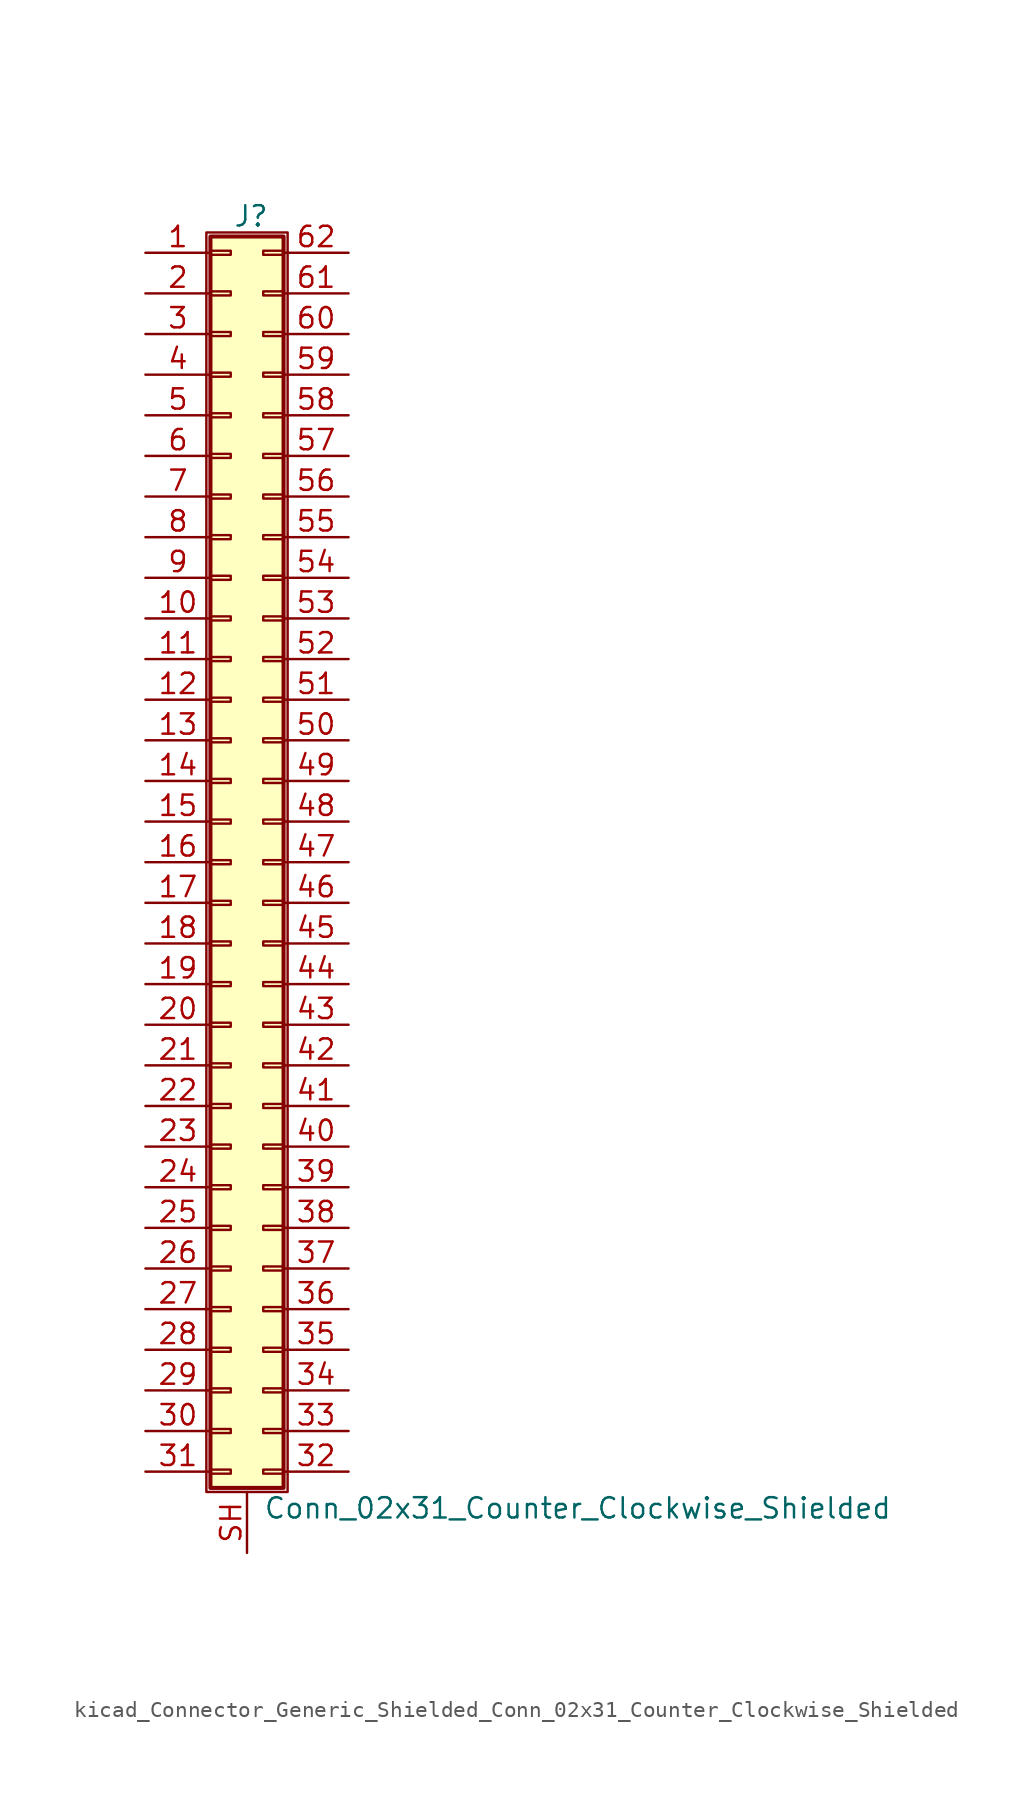
<source format=kicad_sym>
(kicad_symbol_lib
  (version 20220914)
  (generator kicad_symbol_editor)
  (symbol "kicad_Connector_Generic_Shielded_Conn_02x31_Counter_Clockwise_Shielded"
    (pin_names
      (offset 1.016) hide)
    (property "Reference" "J"
      (at 1.524 40.386 0)
      (effects (font (size 1.27 1.27))))
    (property "Value" "Conn_02x31_Counter_Clockwise_Shielded"
      (at 2.286 -40.386 0)
      (effects (font (size 1.27 1.27)) (justify left)))
    (symbol "kicad_Connector_Generic_Shielded_Conn_02x31_Counter_Clockwise_Shielded_1_1"
      (rectangle (start -1.27 39.37) (end 3.81 -39.37) (stroke (width 0.152) (type default)) (fill (type none)))
      (rectangle (start -1.016 -37.973) (end 0.254 -38.227) (stroke (width 0.152) (type default)) (fill (type none)))
      (rectangle (start -1.016 -35.433) (end 0.254 -35.687) (stroke (width 0.152) (type default)) (fill (type none)))
      (rectangle (start -1.016 -32.893) (end 0.254 -33.147) (stroke (width 0.152) (type default)) (fill (type none)))
      (rectangle (start -1.016 -30.353) (end 0.254 -30.607) (stroke (width 0.152) (type default)) (fill (type none)))
      (rectangle (start -1.016 -27.813) (end 0.254 -28.067) (stroke (width 0.152) (type default)) (fill (type none)))
      (rectangle (start -1.016 -25.273) (end 0.254 -25.527) (stroke (width 0.152) (type default)) (fill (type none)))
      (rectangle (start -1.016 -22.733) (end 0.254 -22.987) (stroke (width 0.152) (type default)) (fill (type none)))
      (rectangle (start -1.016 -20.193) (end 0.254 -20.447) (stroke (width 0.152) (type default)) (fill (type none)))
      (rectangle (start -1.016 -17.653) (end 0.254 -17.907) (stroke (width 0.152) (type default)) (fill (type none)))
      (rectangle (start -1.016 -15.113) (end 0.254 -15.367) (stroke (width 0.152) (type default)) (fill (type none)))
      (rectangle (start -1.016 -12.573) (end 0.254 -12.827) (stroke (width 0.152) (type default)) (fill (type none)))
      (rectangle (start -1.016 -10.033) (end 0.254 -10.287) (stroke (width 0.152) (type default)) (fill (type none)))
      (rectangle (start -1.016 -7.493) (end 0.254 -7.747) (stroke (width 0.152) (type default)) (fill (type none)))
      (rectangle (start -1.016 -4.953) (end 0.254 -5.207) (stroke (width 0.152) (type default)) (fill (type none)))
      (rectangle (start -1.016 -2.413) (end 0.254 -2.667) (stroke (width 0.152) (type default)) (fill (type none)))
      (rectangle (start -1.016 0.127) (end 0.254 -0.127) (stroke (width 0.152) (type default)) (fill (type none)))
      (rectangle (start -1.016 2.667) (end 0.254 2.413) (stroke (width 0.152) (type default)) (fill (type none)))
      (rectangle (start -1.016 5.207) (end 0.254 4.953) (stroke (width 0.152) (type default)) (fill (type none)))
      (rectangle (start -1.016 7.747) (end 0.254 7.493) (stroke (width 0.152) (type default)) (fill (type none)))
      (rectangle (start -1.016 10.287) (end 0.254 10.033) (stroke (width 0.152) (type default)) (fill (type none)))
      (rectangle (start -1.016 12.827) (end 0.254 12.573) (stroke (width 0.152) (type default)) (fill (type none)))
      (rectangle (start -1.016 15.367) (end 0.254 15.113) (stroke (width 0.152) (type default)) (fill (type none)))
      (rectangle (start -1.016 17.907) (end 0.254 17.653) (stroke (width 0.152) (type default)) (fill (type none)))
      (rectangle (start -1.016 20.447) (end 0.254 20.193) (stroke (width 0.152) (type default)) (fill (type none)))
      (rectangle (start -1.016 22.987) (end 0.254 22.733) (stroke (width 0.152) (type default)) (fill (type none)))
      (rectangle (start -1.016 25.527) (end 0.254 25.273) (stroke (width 0.152) (type default)) (fill (type none)))
      (rectangle (start -1.016 28.067) (end 0.254 27.813) (stroke (width 0.152) (type default)) (fill (type none)))
      (rectangle (start -1.016 30.607) (end 0.254 30.353) (stroke (width 0.152) (type default)) (fill (type none)))
      (rectangle (start -1.016 33.147) (end 0.254 32.893) (stroke (width 0.152) (type default)) (fill (type none)))
      (rectangle (start -1.016 35.687) (end 0.254 35.433) (stroke (width 0.152) (type default)) (fill (type none)))
      (rectangle (start -1.016 38.227) (end 0.254 37.973) (stroke (width 0.152) (type default)) (fill (type none)))
      (rectangle (start -1.016 39.116) (end 3.556 -39.116) (stroke (width 0.254) (type default)) (fill (type background)))
      (rectangle (start 3.556 -37.973) (end 2.286 -38.227) (stroke (width 0.152) (type default)) (fill (type none)))
      (rectangle (start 3.556 -35.433) (end 2.286 -35.687) (stroke (width 0.152) (type default)) (fill (type none)))
      (rectangle (start 3.556 -32.893) (end 2.286 -33.147) (stroke (width 0.152) (type default)) (fill (type none)))
      (rectangle (start 3.556 -30.353) (end 2.286 -30.607) (stroke (width 0.152) (type default)) (fill (type none)))
      (rectangle (start 3.556 -27.813) (end 2.286 -28.067) (stroke (width 0.152) (type default)) (fill (type none)))
      (rectangle (start 3.556 -25.273) (end 2.286 -25.527) (stroke (width 0.152) (type default)) (fill (type none)))
      (rectangle (start 3.556 -22.733) (end 2.286 -22.987) (stroke (width 0.152) (type default)) (fill (type none)))
      (rectangle (start 3.556 -20.193) (end 2.286 -20.447) (stroke (width 0.152) (type default)) (fill (type none)))
      (rectangle (start 3.556 -17.653) (end 2.286 -17.907) (stroke (width 0.152) (type default)) (fill (type none)))
      (rectangle (start 3.556 -15.113) (end 2.286 -15.367) (stroke (width 0.152) (type default)) (fill (type none)))
      (rectangle (start 3.556 -12.573) (end 2.286 -12.827) (stroke (width 0.152) (type default)) (fill (type none)))
      (rectangle (start 3.556 -10.033) (end 2.286 -10.287) (stroke (width 0.152) (type default)) (fill (type none)))
      (rectangle (start 3.556 -7.493) (end 2.286 -7.747) (stroke (width 0.152) (type default)) (fill (type none)))
      (rectangle (start 3.556 -4.953) (end 2.286 -5.207) (stroke (width 0.152) (type default)) (fill (type none)))
      (rectangle (start 3.556 -2.413) (end 2.286 -2.667) (stroke (width 0.152) (type default)) (fill (type none)))
      (rectangle (start 3.556 0.127) (end 2.286 -0.127) (stroke (width 0.152) (type default)) (fill (type none)))
      (rectangle (start 3.556 2.667) (end 2.286 2.413) (stroke (width 0.152) (type default)) (fill (type none)))
      (rectangle (start 3.556 5.207) (end 2.286 4.953) (stroke (width 0.152) (type default)) (fill (type none)))
      (rectangle (start 3.556 7.747) (end 2.286 7.493) (stroke (width 0.152) (type default)) (fill (type none)))
      (rectangle (start 3.556 10.287) (end 2.286 10.033) (stroke (width 0.152) (type default)) (fill (type none)))
      (rectangle (start 3.556 12.827) (end 2.286 12.573) (stroke (width 0.152) (type default)) (fill (type none)))
      (rectangle (start 3.556 15.367) (end 2.286 15.113) (stroke (width 0.152) (type default)) (fill (type none)))
      (rectangle (start 3.556 17.907) (end 2.286 17.653) (stroke (width 0.152) (type default)) (fill (type none)))
      (rectangle (start 3.556 20.447) (end 2.286 20.193) (stroke (width 0.152) (type default)) (fill (type none)))
      (rectangle (start 3.556 22.987) (end 2.286 22.733) (stroke (width 0.152) (type default)) (fill (type none)))
      (rectangle (start 3.556 25.527) (end 2.286 25.273) (stroke (width 0.152) (type default)) (fill (type none)))
      (rectangle (start 3.556 28.067) (end 2.286 27.813) (stroke (width 0.152) (type default)) (fill (type none)))
      (rectangle (start 3.556 30.607) (end 2.286 30.353) (stroke (width 0.152) (type default)) (fill (type none)))
      (rectangle (start 3.556 33.147) (end 2.286 32.893) (stroke (width 0.152) (type default)) (fill (type none)))
      (rectangle (start 3.556 35.687) (end 2.286 35.433) (stroke (width 0.152) (type default)) (fill (type none)))
      (rectangle (start 3.556 38.227) (end 2.286 37.973) (stroke (width 0.152) (type default)) (fill (type none)))
      (pin passive line (at -5.08 38.1 0) (length 4.064) (name "Pin_1" (effects (font (size 1.27 1.27)))) (number "1" (effects (font (size 1.27 1.27)))))
      (pin passive line (at -5.08 15.24 0) (length 4.064) (name "Pin_10" (effects (font (size 1.27 1.27)))) (number "10" (effects (font (size 1.27 1.27)))))
      (pin passive line (at -5.08 12.7 0) (length 4.064) (name "Pin_11" (effects (font (size 1.27 1.27)))) (number "11" (effects (font (size 1.27 1.27)))))
      (pin passive line (at -5.08 10.16 0) (length 4.064) (name "Pin_12" (effects (font (size 1.27 1.27)))) (number "12" (effects (font (size 1.27 1.27)))))
      (pin passive line (at -5.08 7.62 0) (length 4.064) (name "Pin_13" (effects (font (size 1.27 1.27)))) (number "13" (effects (font (size 1.27 1.27)))))
      (pin passive line (at -5.08 5.08 0) (length 4.064) (name "Pin_14" (effects (font (size 1.27 1.27)))) (number "14" (effects (font (size 1.27 1.27)))))
      (pin passive line (at -5.08 2.54 0) (length 4.064) (name "Pin_15" (effects (font (size 1.27 1.27)))) (number "15" (effects (font (size 1.27 1.27)))))
      (pin passive line (at -5.08 0 0) (length 4.064) (name "Pin_16" (effects (font (size 1.27 1.27)))) (number "16" (effects (font (size 1.27 1.27)))))
      (pin passive line (at -5.08 -2.54 0) (length 4.064) (name "Pin_17" (effects (font (size 1.27 1.27)))) (number "17" (effects (font (size 1.27 1.27)))))
      (pin passive line (at -5.08 -5.08 0) (length 4.064) (name "Pin_18" (effects (font (size 1.27 1.27)))) (number "18" (effects (font (size 1.27 1.27)))))
      (pin passive line (at -5.08 -7.62 0) (length 4.064) (name "Pin_19" (effects (font (size 1.27 1.27)))) (number "19" (effects (font (size 1.27 1.27)))))
      (pin passive line (at -5.08 35.56 0) (length 4.064) (name "Pin_2" (effects (font (size 1.27 1.27)))) (number "2" (effects (font (size 1.27 1.27)))))
      (pin passive line (at -5.08 -10.16 0) (length 4.064) (name "Pin_20" (effects (font (size 1.27 1.27)))) (number "20" (effects (font (size 1.27 1.27)))))
      (pin passive line (at -5.08 -12.7 0) (length 4.064) (name "Pin_21" (effects (font (size 1.27 1.27)))) (number "21" (effects (font (size 1.27 1.27)))))
      (pin passive line (at -5.08 -15.24 0) (length 4.064) (name "Pin_22" (effects (font (size 1.27 1.27)))) (number "22" (effects (font (size 1.27 1.27)))))
      (pin passive line (at -5.08 -17.78 0) (length 4.064) (name "Pin_23" (effects (font (size 1.27 1.27)))) (number "23" (effects (font (size 1.27 1.27)))))
      (pin passive line (at -5.08 -20.32 0) (length 4.064) (name "Pin_24" (effects (font (size 1.27 1.27)))) (number "24" (effects (font (size 1.27 1.27)))))
      (pin passive line (at -5.08 -22.86 0) (length 4.064) (name "Pin_25" (effects (font (size 1.27 1.27)))) (number "25" (effects (font (size 1.27 1.27)))))
      (pin passive line (at -5.08 -25.4 0) (length 4.064) (name "Pin_26" (effects (font (size 1.27 1.27)))) (number "26" (effects (font (size 1.27 1.27)))))
      (pin passive line (at -5.08 -27.94 0) (length 4.064) (name "Pin_27" (effects (font (size 1.27 1.27)))) (number "27" (effects (font (size 1.27 1.27)))))
      (pin passive line (at -5.08 -30.48 0) (length 4.064) (name "Pin_28" (effects (font (size 1.27 1.27)))) (number "28" (effects (font (size 1.27 1.27)))))
      (pin passive line (at -5.08 -33.02 0) (length 4.064) (name "Pin_29" (effects (font (size 1.27 1.27)))) (number "29" (effects (font (size 1.27 1.27)))))
      (pin passive line (at -5.08 33.02 0) (length 4.064) (name "Pin_3" (effects (font (size 1.27 1.27)))) (number "3" (effects (font (size 1.27 1.27)))))
      (pin passive line (at -5.08 -35.56 0) (length 4.064) (name "Pin_30" (effects (font (size 1.27 1.27)))) (number "30" (effects (font (size 1.27 1.27)))))
      (pin passive line (at -5.08 -38.1 0) (length 4.064) (name "Pin_31" (effects (font (size 1.27 1.27)))) (number "31" (effects (font (size 1.27 1.27)))))
      (pin passive line (at 7.62 -38.1 180) (length 4.064) (name "Pin_32" (effects (font (size 1.27 1.27)))) (number "32" (effects (font (size 1.27 1.27)))))
      (pin passive line (at 7.62 -35.56 180) (length 4.064) (name "Pin_33" (effects (font (size 1.27 1.27)))) (number "33" (effects (font (size 1.27 1.27)))))
      (pin passive line (at 7.62 -33.02 180) (length 4.064) (name "Pin_34" (effects (font (size 1.27 1.27)))) (number "34" (effects (font (size 1.27 1.27)))))
      (pin passive line (at 7.62 -30.48 180) (length 4.064) (name "Pin_35" (effects (font (size 1.27 1.27)))) (number "35" (effects (font (size 1.27 1.27)))))
      (pin passive line (at 7.62 -27.94 180) (length 4.064) (name "Pin_36" (effects (font (size 1.27 1.27)))) (number "36" (effects (font (size 1.27 1.27)))))
      (pin passive line (at 7.62 -25.4 180) (length 4.064) (name "Pin_37" (effects (font (size 1.27 1.27)))) (number "37" (effects (font (size 1.27 1.27)))))
      (pin passive line (at 7.62 -22.86 180) (length 4.064) (name "Pin_38" (effects (font (size 1.27 1.27)))) (number "38" (effects (font (size 1.27 1.27)))))
      (pin passive line (at 7.62 -20.32 180) (length 4.064) (name "Pin_39" (effects (font (size 1.27 1.27)))) (number "39" (effects (font (size 1.27 1.27)))))
      (pin passive line (at -5.08 30.48 0) (length 4.064) (name "Pin_4" (effects (font (size 1.27 1.27)))) (number "4" (effects (font (size 1.27 1.27)))))
      (pin passive line (at 7.62 -17.78 180) (length 4.064) (name "Pin_40" (effects (font (size 1.27 1.27)))) (number "40" (effects (font (size 1.27 1.27)))))
      (pin passive line (at 7.62 -15.24 180) (length 4.064) (name "Pin_41" (effects (font (size 1.27 1.27)))) (number "41" (effects (font (size 1.27 1.27)))))
      (pin passive line (at 7.62 -12.7 180) (length 4.064) (name "Pin_42" (effects (font (size 1.27 1.27)))) (number "42" (effects (font (size 1.27 1.27)))))
      (pin passive line (at 7.62 -10.16 180) (length 4.064) (name "Pin_43" (effects (font (size 1.27 1.27)))) (number "43" (effects (font (size 1.27 1.27)))))
      (pin passive line (at 7.62 -7.62 180) (length 4.064) (name "Pin_44" (effects (font (size 1.27 1.27)))) (number "44" (effects (font (size 1.27 1.27)))))
      (pin passive line (at 7.62 -5.08 180) (length 4.064) (name "Pin_45" (effects (font (size 1.27 1.27)))) (number "45" (effects (font (size 1.27 1.27)))))
      (pin passive line (at 7.62 -2.54 180) (length 4.064) (name "Pin_46" (effects (font (size 1.27 1.27)))) (number "46" (effects (font (size 1.27 1.27)))))
      (pin passive line (at 7.62 0 180) (length 4.064) (name "Pin_47" (effects (font (size 1.27 1.27)))) (number "47" (effects (font (size 1.27 1.27)))))
      (pin passive line (at 7.62 2.54 180) (length 4.064) (name "Pin_48" (effects (font (size 1.27 1.27)))) (number "48" (effects (font (size 1.27 1.27)))))
      (pin passive line (at 7.62 5.08 180) (length 4.064) (name "Pin_49" (effects (font (size 1.27 1.27)))) (number "49" (effects (font (size 1.27 1.27)))))
      (pin passive line (at -5.08 27.94 0) (length 4.064) (name "Pin_5" (effects (font (size 1.27 1.27)))) (number "5" (effects (font (size 1.27 1.27)))))
      (pin passive line (at 7.62 7.62 180) (length 4.064) (name "Pin_50" (effects (font (size 1.27 1.27)))) (number "50" (effects (font (size 1.27 1.27)))))
      (pin passive line (at 7.62 10.16 180) (length 4.064) (name "Pin_51" (effects (font (size 1.27 1.27)))) (number "51" (effects (font (size 1.27 1.27)))))
      (pin passive line (at 7.62 12.7 180) (length 4.064) (name "Pin_52" (effects (font (size 1.27 1.27)))) (number "52" (effects (font (size 1.27 1.27)))))
      (pin passive line (at 7.62 15.24 180) (length 4.064) (name "Pin_53" (effects (font (size 1.27 1.27)))) (number "53" (effects (font (size 1.27 1.27)))))
      (pin passive line (at 7.62 17.78 180) (length 4.064) (name "Pin_54" (effects (font (size 1.27 1.27)))) (number "54" (effects (font (size 1.27 1.27)))))
      (pin passive line (at 7.62 20.32 180) (length 4.064) (name "Pin_55" (effects (font (size 1.27 1.27)))) (number "55" (effects (font (size 1.27 1.27)))))
      (pin passive line (at 7.62 22.86 180) (length 4.064) (name "Pin_56" (effects (font (size 1.27 1.27)))) (number "56" (effects (font (size 1.27 1.27)))))
      (pin passive line (at 7.62 25.4 180) (length 4.064) (name "Pin_57" (effects (font (size 1.27 1.27)))) (number "57" (effects (font (size 1.27 1.27)))))
      (pin passive line (at 7.62 27.94 180) (length 4.064) (name "Pin_58" (effects (font (size 1.27 1.27)))) (number "58" (effects (font (size 1.27 1.27)))))
      (pin passive line (at 7.62 30.48 180) (length 4.064) (name "Pin_59" (effects (font (size 1.27 1.27)))) (number "59" (effects (font (size 1.27 1.27)))))
      (pin passive line (at -5.08 25.4 0) (length 4.064) (name "Pin_6" (effects (font (size 1.27 1.27)))) (number "6" (effects (font (size 1.27 1.27)))))
      (pin passive line (at 7.62 33.02 180) (length 4.064) (name "Pin_60" (effects (font (size 1.27 1.27)))) (number "60" (effects (font (size 1.27 1.27)))))
      (pin passive line (at 7.62 35.56 180) (length 4.064) (name "Pin_61" (effects (font (size 1.27 1.27)))) (number "61" (effects (font (size 1.27 1.27)))))
      (pin passive line (at 7.62 38.1 180) (length 4.064) (name "Pin_62" (effects (font (size 1.27 1.27)))) (number "62" (effects (font (size 1.27 1.27)))))
      (pin passive line (at -5.08 22.86 0) (length 4.064) (name "Pin_7" (effects (font (size 1.27 1.27)))) (number "7" (effects (font (size 1.27 1.27)))))
      (pin passive line (at -5.08 20.32 0) (length 4.064) (name "Pin_8" (effects (font (size 1.27 1.27)))) (number "8" (effects (font (size 1.27 1.27)))))
      (pin passive line (at -5.08 17.78 0) (length 4.064) (name "Pin_9" (effects (font (size 1.27 1.27)))) (number "9" (effects (font (size 1.27 1.27)))))
      (pin passive line (at 1.27 -43.18 90) (length 3.81) (name "Shield" (effects (font (size 1.27 1.27)))) (number "SH" (effects (font (size 1.27 1.27))))))))
</source>
